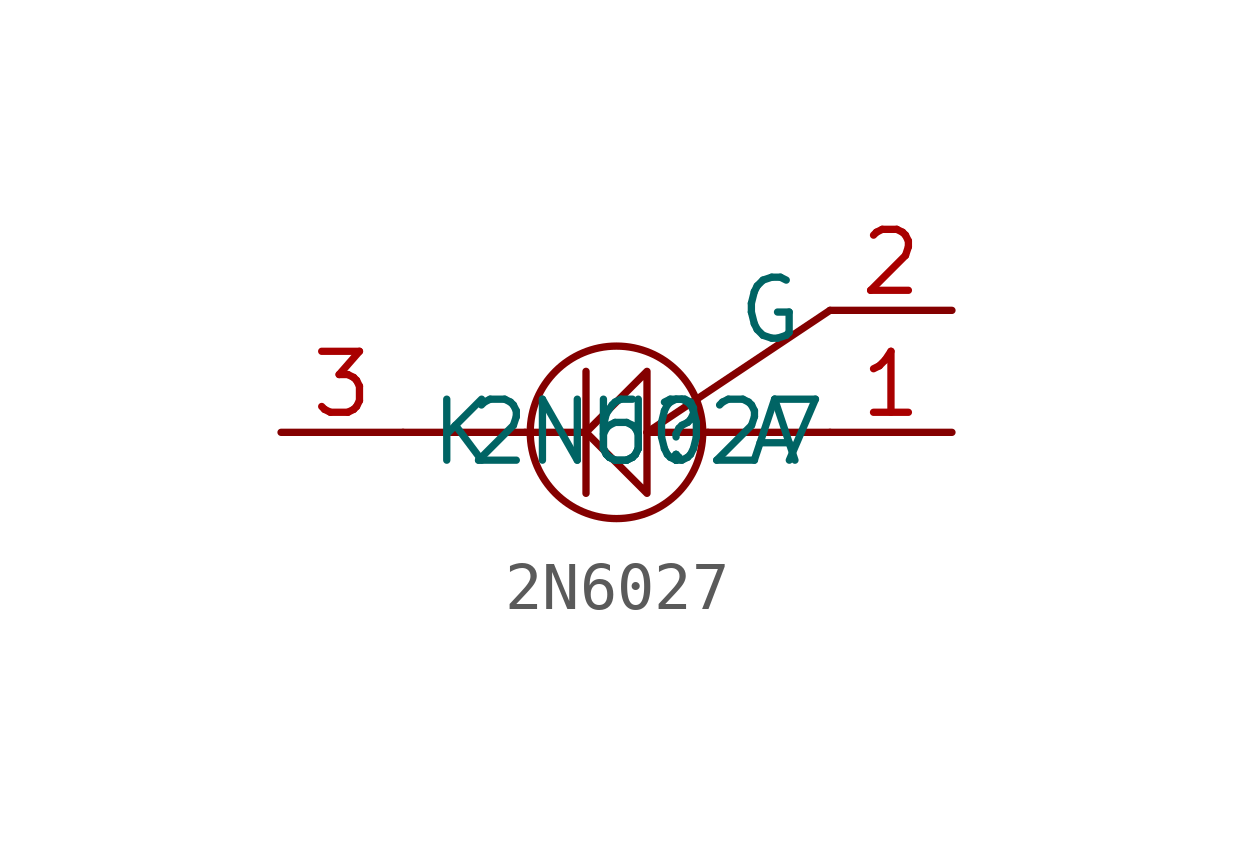
<source format=kicad_sym>
(kicad_symbol_lib
  (version 20211014)
  (generator kicad_symbol_editor)
  (symbol "2N6027"
    (property "Reference" "U"
      (at 0 0 0)
      (effects (font (size 1.27 1.27))))
    (property "Value" "2N6027"
      (at 0 0 0)
      (effects (font (size 1.27 1.27))))
    (symbol "2N6027_0_1"
      (circle (center -0.635 0) (radius 1.796) (stroke (width 0) (type default) (color 0 0 0 0)) (fill (type none)))
      (polyline (pts (xy -5.08 0) (xy -2.54 0)) (stroke (width 0) (type default) (color 0 0 0 0)) (fill (type none)))
      (polyline (pts (xy -1.27 0) (xy -2.54 0)) (stroke (width 0) (type default) (color 0 0 0 0)) (fill (type none)))
      (polyline (pts (xy -1.27 1.27) (xy -1.27 -1.27)) (stroke (width 0) (type default) (color 0 0 0 0)) (fill (type none)))
      (polyline (pts (xy 0 0) (xy 1.27 0)) (stroke (width 0) (type default) (color 0 0 0 0)) (fill (type none)))
      (polyline (pts (xy 1.27 0) (xy 3.81 0)) (stroke (width 0) (type default) (color 0 0 0 0)) (fill (type none)))
      (polyline (pts (xy 3.81 2.54) (xy 0 0)) (stroke (width 0) (type default) (color 0 0 0 0)) (fill (type none)))
      (polyline (pts (xy -1.27 0) (xy 0 1.27) (xy 0 -1.27) (xy -1.27 0)) (stroke (width 0) (type default) (color 0 0 0 0)) (fill (type none))))
    (symbol "2N6027_1_1"
      (pin passive line (at 6.35 0 180) (length 2.54) (name "A" (effects (font (size 1.27 1.27)))) (number "1" (effects (font (size 1.27 1.27)))))
      (pin passive line (at 6.35 2.54 180) (length 2.54) (name "G" (effects (font (size 1.27 1.27)))) (number "2" (effects (font (size 1.27 1.27)))))
      (pin passive line (at -7.62 0 0) (length 2.54) (name "K" (effects (font (size 1.27 1.27)))) (number "3" (effects (font (size 1.27 1.27))))))))
</source>
